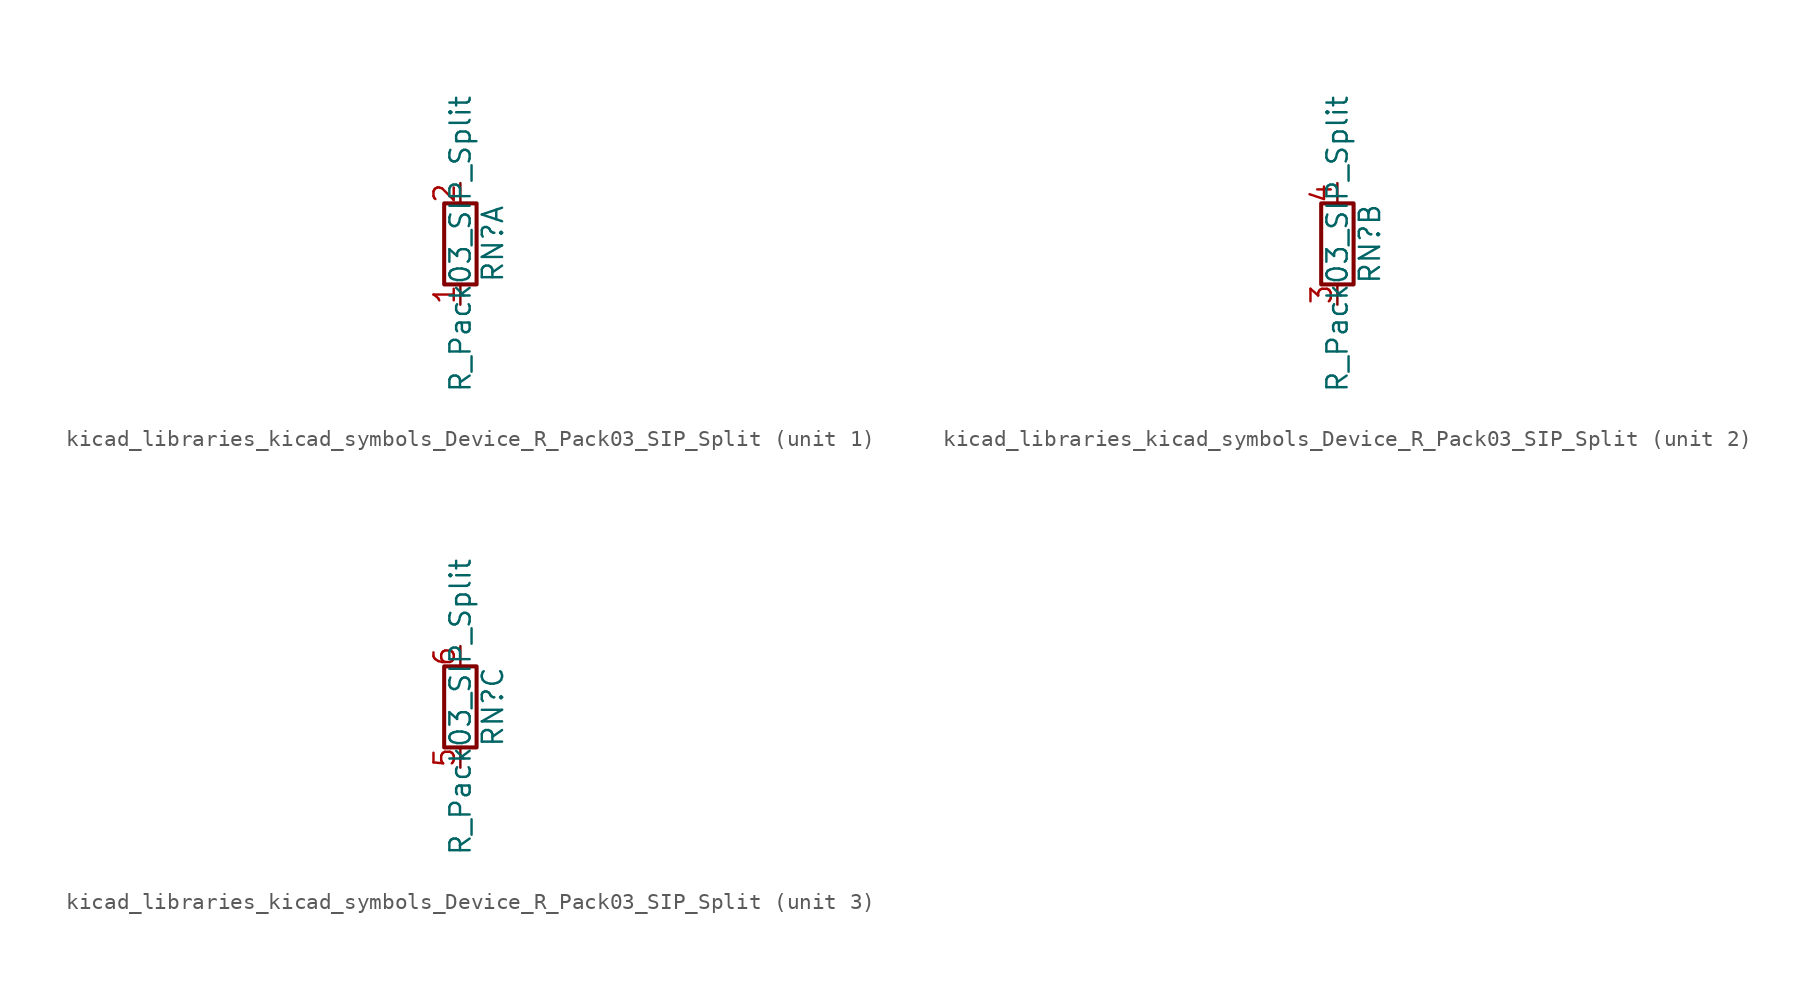
<source format=kicad_sym>
(kicad_symbol_lib
  (version 20220914)
  (generator kicad_symbol_editor)
  (symbol "kicad_libraries_kicad_symbols_Device_R_Pack03_SIP_Split"
    (pin_names
      (offset 0) hide)
    (property "Reference" "RN"
      (at 2.032 0 90)
      (effects (font (size 1.27 1.27))))
    (property "Value" "R_Pack03_SIP_Split"
      (at 0 0 90)
      (effects (font (size 1.27 1.27))))
    (symbol "kicad_libraries_kicad_symbols_Device_R_Pack03_SIP_Split_0_1"
      (rectangle (start 1.016 2.54) (end -1.016 -2.54) (stroke (width 0.254) (type default)) (fill (type none))))
    (symbol "kicad_libraries_kicad_symbols_Device_R_Pack03_SIP_Split_1_1"
      (pin passive line (at 0 -3.81 90) (length 1.27) (name "R1.1" (effects (font (size 1.27 1.27)))) (number "1" (effects (font (size 1.27 1.27)))))
      (pin passive line (at 0 3.81 270) (length 1.27) (name "R1.2" (effects (font (size 1.27 1.27)))) (number "2" (effects (font (size 1.27 1.27))))))
    (symbol "kicad_libraries_kicad_symbols_Device_R_Pack03_SIP_Split_2_1"
      (pin passive line (at 0 -3.81 90) (length 1.27) (name "R2.1" (effects (font (size 1.27 1.27)))) (number "3" (effects (font (size 1.27 1.27)))))
      (pin passive line (at 0 3.81 270) (length 1.27) (name "R2.2" (effects (font (size 1.27 1.27)))) (number "4" (effects (font (size 1.27 1.27))))))
    (symbol "kicad_libraries_kicad_symbols_Device_R_Pack03_SIP_Split_3_1"
      (pin passive line (at 0 -3.81 90) (length 1.27) (name "R3.1" (effects (font (size 1.27 1.27)))) (number "5" (effects (font (size 1.27 1.27)))))
      (pin passive line (at 0 3.81 270) (length 1.27) (name "R3.2" (effects (font (size 1.27 1.27)))) (number "6" (effects (font (size 1.27 1.27))))))))
</source>
